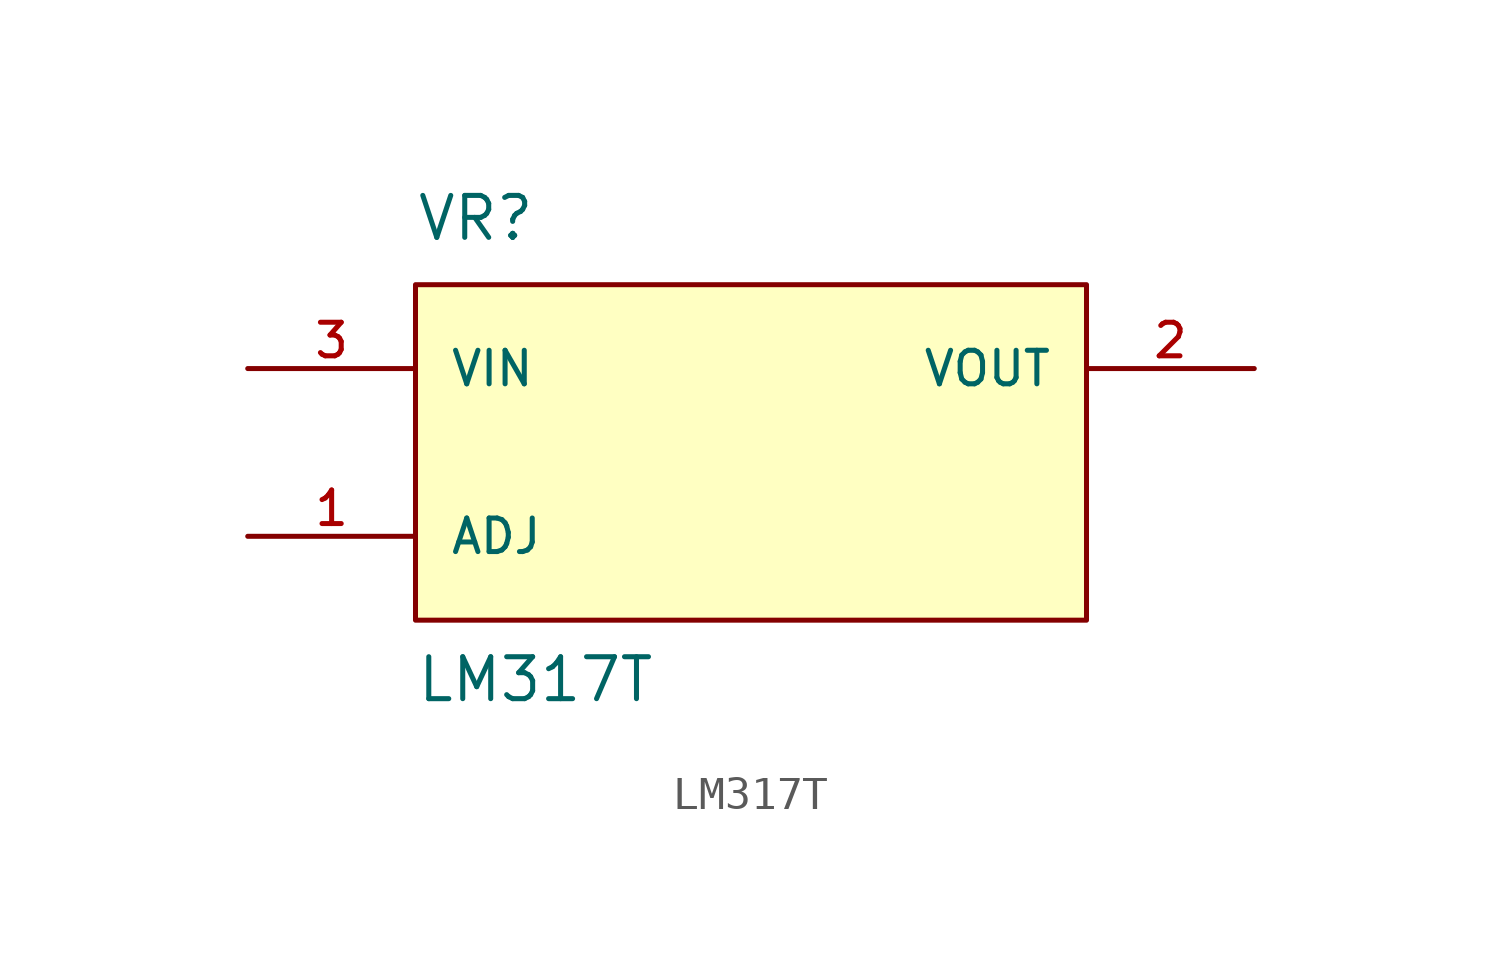
<source format=kicad_sym>
(kicad_symbol_lib
  (version 20211014)
  (generator kicad_symbol_editor)
  (symbol "LM317T"
    (pin_names
      (offset 1.016))
    (property "Reference" "VR"
      (at -10.16 6.35 0)
      (effects (font (size 1.27 1.27)) (justify bottom left)))
    (property "Value" "LM317T"
      (at -10.16 -7.62 0)
      (effects (font (size 1.27 1.27)) (justify bottom left)))
    (symbol "LM317T_0_0"
      (rectangle (start -10.16 -5.08) (end 10.16 5.08) (stroke (width 0.152)) (fill (type background)))
      (pin input line (at -15.24 2.54 0) (length 5.08) (name "VIN" (effects (font (size 1.016 1.016)))) (number "3" (effects (font (size 1.016 1.016)))))
      (pin output line (at 15.24 2.54 180.0) (length 5.08) (name "VOUT" (effects (font (size 1.016 1.016)))) (number "2" (effects (font (size 1.016 1.016)))))
      (pin input line (at -15.24 -2.54 0) (length 5.08) (name "ADJ" (effects (font (size 1.016 1.016)))) (number "1" (effects (font (size 1.016 1.016))))))))
</source>
